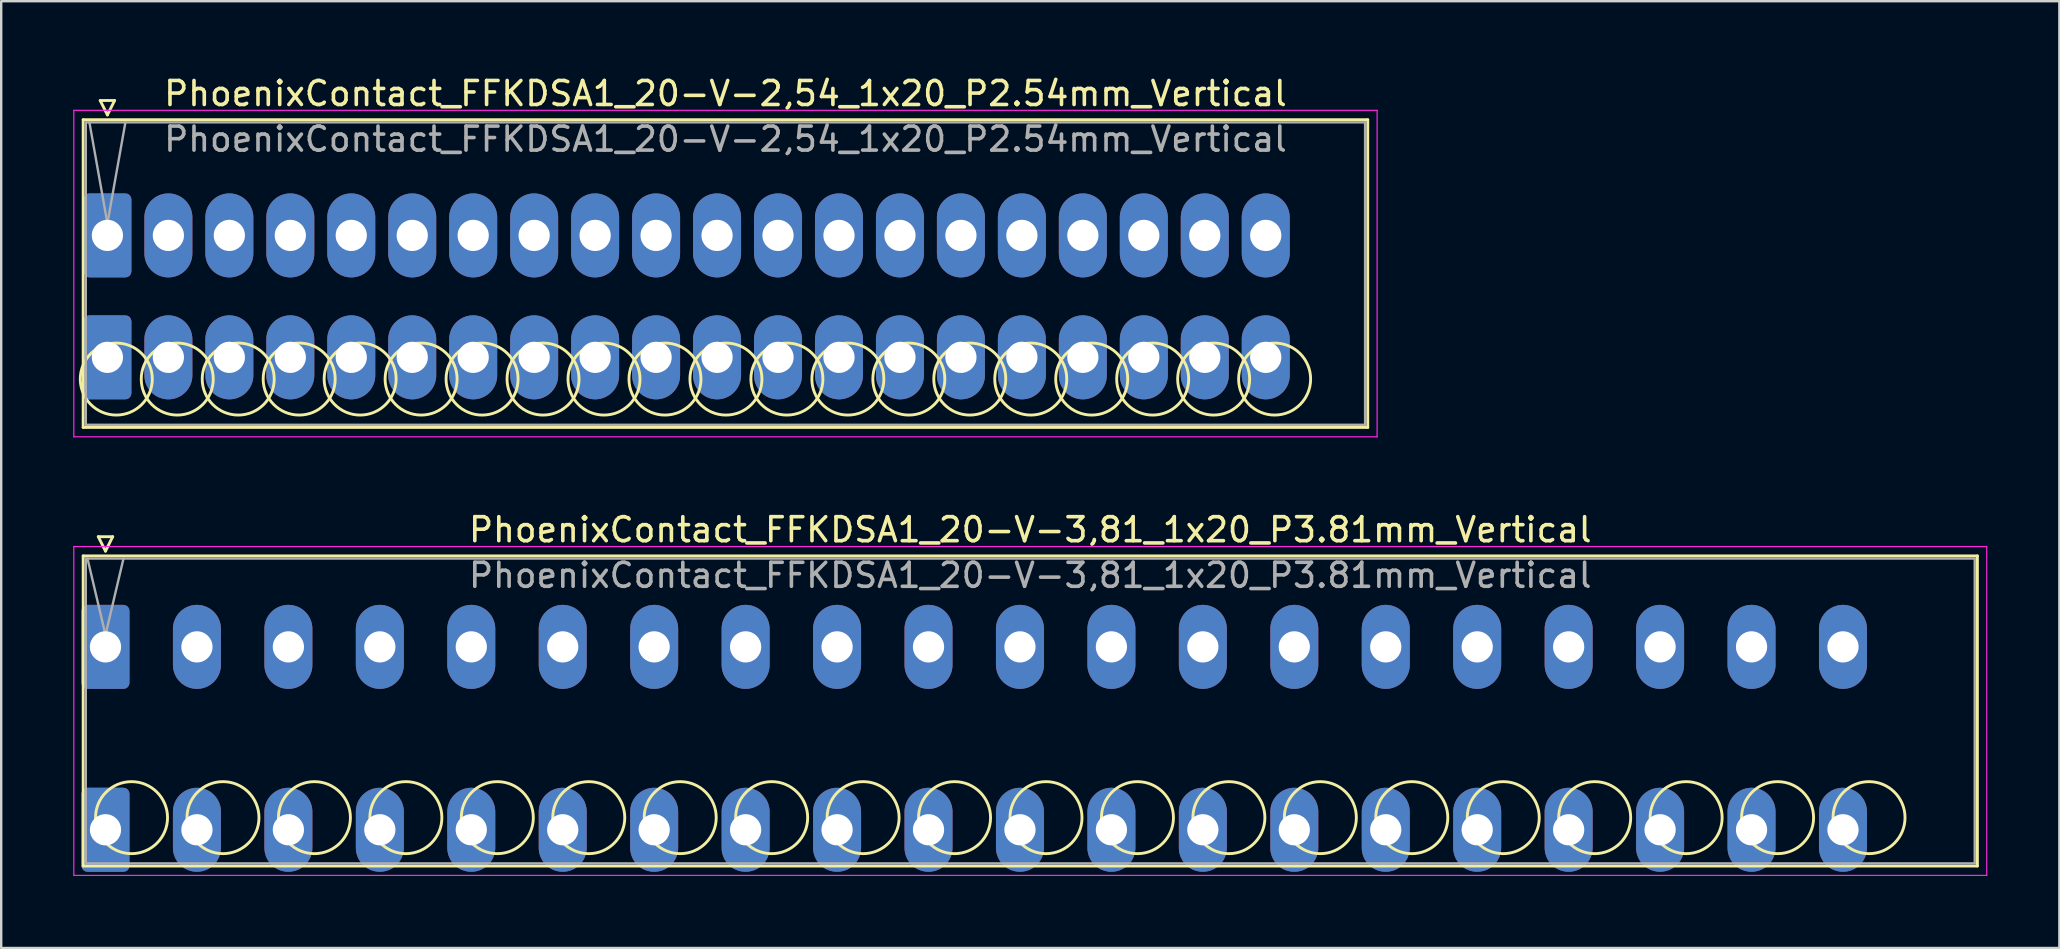
<source format=kicad_pcb>
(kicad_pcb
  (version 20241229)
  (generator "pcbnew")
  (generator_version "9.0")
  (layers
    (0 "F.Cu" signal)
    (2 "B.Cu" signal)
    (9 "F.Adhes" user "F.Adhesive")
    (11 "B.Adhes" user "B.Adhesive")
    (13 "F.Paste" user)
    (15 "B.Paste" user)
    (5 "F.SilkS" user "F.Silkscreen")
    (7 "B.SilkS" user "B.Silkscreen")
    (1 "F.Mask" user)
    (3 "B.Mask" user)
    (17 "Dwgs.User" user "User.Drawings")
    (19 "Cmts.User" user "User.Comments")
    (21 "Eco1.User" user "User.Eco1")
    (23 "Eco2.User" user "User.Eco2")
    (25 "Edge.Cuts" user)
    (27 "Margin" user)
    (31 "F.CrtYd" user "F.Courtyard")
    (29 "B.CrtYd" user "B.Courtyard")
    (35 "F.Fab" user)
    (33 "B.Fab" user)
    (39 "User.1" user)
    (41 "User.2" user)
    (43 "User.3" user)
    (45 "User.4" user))
  (footprint "PhoenixContact_FFKDSA1_20-V-2,54_1x20_P2.54mm_Vertical"
    (layer "F.Cu")
    (at 1.425 6.758)
    (property "Reference" "PhoenixContact_FFKDSA1_20-V-2,54_1x20_P2.54mm_Vertical" (at 25.75 -5.91 0) (layer "F.SilkS") (effects (font (size 1 1) (thickness 0.15))))
    (attr through_hole)
    (fp_line (start -1.01 -4.82) (end -1.01 8) (stroke (width 0.12) (type solid)) (layer "F.SilkS"))
    (fp_line (start -1.01 8) (end 52.51 8) (stroke (width 0.12) (type solid)) (layer "F.SilkS"))
    (fp_line (start -0.3 -5.62) (end 0.3 -5.62) (stroke (width 0.12) (type solid)) (layer "F.SilkS"))
    (fp_line (start 0 -5.02) (end -0.3 -5.62) (stroke (width 0.12) (type solid)) (layer "F.SilkS"))
    (fp_line (start 0.3 -5.62) (end 0 -5.02) (stroke (width 0.12) (type solid)) (layer "F.SilkS"))
    (fp_line (start 52.51 -4.82) (end -1.01 -4.82) (stroke (width 0.12) (type solid)) (layer "F.SilkS"))
    (fp_line (start 52.51 8) (end 52.51 -4.82) (stroke (width 0.12) (type solid)) (layer "F.SilkS"))
    (fp_circle (center 0.37 5.985) (end 1.87 5.985) (stroke (width 0.12) (type solid)) (fill no) (layer "F.SilkS"))
    (fp_circle (center 2.91 5.985) (end 4.41 5.985) (stroke (width 0.12) (type solid)) (fill no) (layer "F.SilkS"))
    (fp_circle (center 5.45 5.985) (end 6.95 5.985) (stroke (width 0.12) (type solid)) (fill no) (layer "F.SilkS"))
    (fp_circle (center 7.99 5.985) (end 9.49 5.985) (stroke (width 0.12) (type solid)) (fill no) (layer "F.SilkS"))
    (fp_circle (center 10.53 5.985) (end 12.03 5.985) (stroke (width 0.12) (type solid)) (fill no) (layer "F.SilkS"))
    (fp_circle (center 13.07 5.985) (end 14.57 5.985) (stroke (width 0.12) (type solid)) (fill no) (layer "F.SilkS"))
    (fp_circle (center 15.61 5.985) (end 17.11 5.985) (stroke (width 0.12) (type solid)) (fill no) (layer "F.SilkS"))
    (fp_circle (center 18.15 5.985) (end 19.65 5.985) (stroke (width 0.12) (type solid)) (fill no) (layer "F.SilkS"))
    (fp_circle (center 20.69 5.985) (end 22.19 5.985) (stroke (width 0.12) (type solid)) (fill no) (layer "F.SilkS"))
    (fp_circle (center 23.23 5.985) (end 24.73 5.985) (stroke (width 0.12) (type solid)) (fill no) (layer "F.SilkS"))
    (fp_circle (center 25.77 5.985) (end 27.27 5.985) (stroke (width 0.12) (type solid)) (fill no) (layer "F.SilkS"))
    (fp_circle (center 28.31 5.985) (end 29.81 5.985) (stroke (width 0.12) (type solid)) (fill no) (layer "F.SilkS"))
    (fp_circle (center 30.85 5.985) (end 32.35 5.985) (stroke (width 0.12) (type solid)) (fill no) (layer "F.SilkS"))
    (fp_circle (center 33.39 5.985) (end 34.89 5.985) (stroke (width 0.12) (type solid)) (fill no) (layer "F.SilkS"))
    (fp_circle (center 35.93 5.985) (end 37.43 5.985) (stroke (width 0.12) (type solid)) (fill no) (layer "F.SilkS"))
    (fp_circle (center 38.47 5.985) (end 39.97 5.985) (stroke (width 0.12) (type solid)) (fill no) (layer "F.SilkS"))
    (fp_circle (center 41.01 5.985) (end 42.51 5.985) (stroke (width 0.12) (type solid)) (fill no) (layer "F.SilkS"))
    (fp_circle (center 43.55 5.985) (end 45.05 5.985) (stroke (width 0.12) (type solid)) (fill no) (layer "F.SilkS"))
    (fp_circle (center 46.09 5.985) (end 47.59 5.985) (stroke (width 0.12) (type solid)) (fill no) (layer "F.SilkS"))
    (fp_circle (center 48.63 5.985) (end 50.13 5.985) (stroke (width 0.12) (type solid)) (fill no) (layer "F.SilkS"))
    (fp_line (start -1.4 -5.21) (end -1.4 8.39) (stroke (width 0.05) (type solid)) (layer "F.CrtYd"))
    (fp_line (start -1.4 8.39) (end 52.9 8.39) (stroke (width 0.05) (type solid)) (layer "F.CrtYd"))
    (fp_line (start 52.9 -5.21) (end -1.4 -5.21) (stroke (width 0.05) (type solid)) (layer "F.CrtYd"))
    (fp_line (start 52.9 8.39) (end 52.9 -5.21) (stroke (width 0.05) (type solid)) (layer "F.CrtYd"))
    (fp_line (start -0.9 -4.71) (end -0.9 7.89) (stroke (width 0.1) (type solid)) (layer "F.Fab"))
    (fp_line (start -0.9 7.89) (end 52.4 7.89) (stroke (width 0.1) (type solid)) (layer "F.Fab"))
    (fp_line (start 0 -0.5) (end -0.75 -4.71) (stroke (width 0.1) (type solid)) (layer "F.Fab"))
    (fp_line (start 0.75 -4.71) (end 0 -0.5) (stroke (width 0.1) (type solid)) (layer "F.Fab"))
    (fp_line (start 52.4 -4.71) (end -0.9 -4.71) (stroke (width 0.1) (type solid)) (layer "F.Fab"))
    (fp_line (start 52.4 7.89) (end 52.4 -4.71) (stroke (width 0.1) (type solid)) (layer "F.Fab"))
    (fp_text user "${REFERENCE}" (at 25.75 -4.01 0) (layer "F.Fab") (effects (font (size 1 1) (thickness 0.15))))
    (pad "1" thru_hole roundrect (at 0 0) (size 2 3.5) (drill 1.3) (layers "*.Cu" "*.Mask") (roundrect_rratio 0.125))
    (pad "1" thru_hole roundrect (at 0 5.08) (size 2 3.5) (drill 1.3) (layers "*.Cu" "*.Mask") (roundrect_rratio 0.125))
    (pad "2" thru_hole oval (at 2.54 0) (size 2 3.5) (drill 1.3) (layers "*.Cu" "*.Mask"))
    (pad "2" thru_hole oval (at 2.54 5.08) (size 2 3.5) (drill 1.3) (layers "*.Cu" "*.Mask"))
    (pad "3" thru_hole oval (at 5.08 0) (size 2 3.5) (drill 1.3) (layers "*.Cu" "*.Mask"))
    (pad "3" thru_hole oval (at 5.08 5.08) (size 2 3.5) (drill 1.3) (layers "*.Cu" "*.Mask"))
    (pad "4" thru_hole oval (at 7.62 0) (size 2 3.5) (drill 1.3) (layers "*.Cu" "*.Mask"))
    (pad "4" thru_hole oval (at 7.62 5.08) (size 2 3.5) (drill 1.3) (layers "*.Cu" "*.Mask"))
    (pad "5" thru_hole oval (at 10.16 0) (size 2 3.5) (drill 1.3) (layers "*.Cu" "*.Mask"))
    (pad "5" thru_hole oval (at 10.16 5.08) (size 2 3.5) (drill 1.3) (layers "*.Cu" "*.Mask"))
    (pad "6" thru_hole oval (at 12.7 0) (size 2 3.5) (drill 1.3) (layers "*.Cu" "*.Mask"))
    (pad "6" thru_hole oval (at 12.7 5.08) (size 2 3.5) (drill 1.3) (layers "*.Cu" "*.Mask"))
    (pad "7" thru_hole oval (at 15.24 0) (size 2 3.5) (drill 1.3) (layers "*.Cu" "*.Mask"))
    (pad "7" thru_hole oval (at 15.24 5.08) (size 2 3.5) (drill 1.3) (layers "*.Cu" "*.Mask"))
    (pad "8" thru_hole oval (at 17.78 0) (size 2 3.5) (drill 1.3) (layers "*.Cu" "*.Mask"))
    (pad "8" thru_hole oval (at 17.78 5.08) (size 2 3.5) (drill 1.3) (layers "*.Cu" "*.Mask"))
    (pad "9" thru_hole oval (at 20.32 0) (size 2 3.5) (drill 1.3) (layers "*.Cu" "*.Mask"))
    (pad "9" thru_hole oval (at 20.32 5.08) (size 2 3.5) (drill 1.3) (layers "*.Cu" "*.Mask"))
    (pad "10" thru_hole oval (at 22.86 0) (size 2 3.5) (drill 1.3) (layers "*.Cu" "*.Mask"))
    (pad "10" thru_hole oval (at 22.86 5.08) (size 2 3.5) (drill 1.3) (layers "*.Cu" "*.Mask"))
    (pad "11" thru_hole oval (at 25.4 0) (size 2 3.5) (drill 1.3) (layers "*.Cu" "*.Mask"))
    (pad "11" thru_hole oval (at 25.4 5.08) (size 2 3.5) (drill 1.3) (layers "*.Cu" "*.Mask"))
    (pad "12" thru_hole oval (at 27.94 0) (size 2 3.5) (drill 1.3) (layers "*.Cu" "*.Mask"))
    (pad "12" thru_hole oval (at 27.94 5.08) (size 2 3.5) (drill 1.3) (layers "*.Cu" "*.Mask"))
    (pad "13" thru_hole oval (at 30.48 0) (size 2 3.5) (drill 1.3) (layers "*.Cu" "*.Mask"))
    (pad "13" thru_hole oval (at 30.48 5.08) (size 2 3.5) (drill 1.3) (layers "*.Cu" "*.Mask"))
    (pad "14" thru_hole oval (at 33.02 0) (size 2 3.5) (drill 1.3) (layers "*.Cu" "*.Mask"))
    (pad "14" thru_hole oval (at 33.02 5.08) (size 2 3.5) (drill 1.3) (layers "*.Cu" "*.Mask"))
    (pad "15" thru_hole oval (at 35.56 0) (size 2 3.5) (drill 1.3) (layers "*.Cu" "*.Mask"))
    (pad "15" thru_hole oval (at 35.56 5.08) (size 2 3.5) (drill 1.3) (layers "*.Cu" "*.Mask"))
    (pad "16" thru_hole oval (at 38.1 0) (size 2 3.5) (drill 1.3) (layers "*.Cu" "*.Mask"))
    (pad "16" thru_hole oval (at 38.1 5.08) (size 2 3.5) (drill 1.3) (layers "*.Cu" "*.Mask"))
    (pad "17" thru_hole oval (at 40.64 0) (size 2 3.5) (drill 1.3) (layers "*.Cu" "*.Mask"))
    (pad "17" thru_hole oval (at 40.64 5.08) (size 2 3.5) (drill 1.3) (layers "*.Cu" "*.Mask"))
    (pad "18" thru_hole oval (at 43.18 0) (size 2 3.5) (drill 1.3) (layers "*.Cu" "*.Mask"))
    (pad "18" thru_hole oval (at 43.18 5.08) (size 2 3.5) (drill 1.3) (layers "*.Cu" "*.Mask"))
    (pad "19" thru_hole oval (at 45.72 0) (size 2 3.5) (drill 1.3) (layers "*.Cu" "*.Mask"))
    (pad "19" thru_hole oval (at 45.72 5.08) (size 2 3.5) (drill 1.3) (layers "*.Cu" "*.Mask"))
    (pad "20" thru_hole oval (at 48.26 0) (size 2 3.5) (drill 1.3) (layers "*.Cu" "*.Mask"))
    (pad "20" thru_hole oval (at 48.26 5.08) (size 2 3.5) (drill 1.3) (layers "*.Cu" "*.Mask")))
  (footprint "PhoenixContact_FFKDSA1_20-V-3,81_1x20_P3.81mm_Vertical"
    (layer "F.Cu")
    (at 1.345 23.901)
    (property "Reference" "PhoenixContact_FFKDSA1_20-V-3,81_1x20_P3.81mm_Vertical" (at 38.53 -4.88 0) (layer "F.SilkS") (effects (font (size 1 1) (thickness 0.15))))
    (attr through_hole)
    (fp_line (start -0.93 -3.79) (end -0.93 9.13) (stroke (width 0.12) (type solid)) (layer "F.SilkS"))
    (fp_line (start -0.93 9.13) (end 77.99 9.13) (stroke (width 0.12) (type solid)) (layer "F.SilkS"))
    (fp_line (start -0.3 -4.59) (end 0.3 -4.59) (stroke (width 0.12) (type solid)) (layer "F.SilkS"))
    (fp_line (start 0 -3.99) (end -0.3 -4.59) (stroke (width 0.12) (type solid)) (layer "F.SilkS"))
    (fp_line (start 0.3 -4.59) (end 0 -3.99) (stroke (width 0.12) (type solid)) (layer "F.SilkS"))
    (fp_line (start 77.99 -3.79) (end -0.93 -3.79) (stroke (width 0.12) (type solid)) (layer "F.SilkS"))
    (fp_line (start 77.99 9.13) (end 77.99 -3.79) (stroke (width 0.12) (type solid)) (layer "F.SilkS"))
    (fp_circle (center 1.085 7.115) (end 2.585 7.115) (stroke (width 0.12) (type solid)) (fill no) (layer "F.SilkS"))
    (fp_circle (center 4.895 7.115) (end 6.395 7.115) (stroke (width 0.12) (type solid)) (fill no) (layer "F.SilkS"))
    (fp_circle (center 8.705 7.115) (end 10.205 7.115) (stroke (width 0.12) (type solid)) (fill no) (layer "F.SilkS"))
    (fp_circle (center 12.515 7.115) (end 14.015 7.115) (stroke (width 0.12) (type solid)) (fill no) (layer "F.SilkS"))
    (fp_circle (center 16.325 7.115) (end 17.825 7.115) (stroke (width 0.12) (type solid)) (fill no) (layer "F.SilkS"))
    (fp_circle (center 20.135 7.115) (end 21.635 7.115) (stroke (width 0.12) (type solid)) (fill no) (layer "F.SilkS"))
    (fp_circle (center 23.945 7.115) (end 25.445 7.115) (stroke (width 0.12) (type solid)) (fill no) (layer "F.SilkS"))
    (fp_circle (center 27.755 7.115) (end 29.255 7.115) (stroke (width 0.12) (type solid)) (fill no) (layer "F.SilkS"))
    (fp_circle (center 31.565 7.115) (end 33.065 7.115) (stroke (width 0.12) (type solid)) (fill no) (layer "F.SilkS"))
    (fp_circle (center 35.375 7.115) (end 36.875 7.115) (stroke (width 0.12) (type solid)) (fill no) (layer "F.SilkS"))
    (fp_circle (center 39.185 7.115) (end 40.685 7.115) (stroke (width 0.12) (type solid)) (fill no) (layer "F.SilkS"))
    (fp_circle (center 42.995 7.115) (end 44.495 7.115) (stroke (width 0.12) (type solid)) (fill no) (layer "F.SilkS"))
    (fp_circle (center 46.805 7.115) (end 48.305 7.115) (stroke (width 0.12) (type solid)) (fill no) (layer "F.SilkS"))
    (fp_circle (center 50.615 7.115) (end 52.115 7.115) (stroke (width 0.12) (type solid)) (fill no) (layer "F.SilkS"))
    (fp_circle (center 54.425 7.115) (end 55.925 7.115) (stroke (width 0.12) (type solid)) (fill no) (layer "F.SilkS"))
    (fp_circle (center 58.235 7.115) (end 59.735 7.115) (stroke (width 0.12) (type solid)) (fill no) (layer "F.SilkS"))
    (fp_circle (center 62.045 7.115) (end 63.545 7.115) (stroke (width 0.12) (type solid)) (fill no) (layer "F.SilkS"))
    (fp_circle (center 65.855 7.115) (end 67.355 7.115) (stroke (width 0.12) (type solid)) (fill no) (layer "F.SilkS"))
    (fp_circle (center 69.665 7.115) (end 71.165 7.115) (stroke (width 0.12) (type solid)) (fill no) (layer "F.SilkS"))
    (fp_circle (center 73.475 7.115) (end 74.975 7.115) (stroke (width 0.12) (type solid)) (fill no) (layer "F.SilkS"))
    (fp_line (start -1.32 -4.18) (end -1.32 9.52) (stroke (width 0.05) (type solid)) (layer "F.CrtYd"))
    (fp_line (start -1.32 9.52) (end 78.38 9.52) (stroke (width 0.05) (type solid)) (layer "F.CrtYd"))
    (fp_line (start 78.38 -4.18) (end -1.32 -4.18) (stroke (width 0.05) (type solid)) (layer "F.CrtYd"))
    (fp_line (start 78.38 9.52) (end 78.38 -4.18) (stroke (width 0.05) (type solid)) (layer "F.CrtYd"))
    (fp_line (start -0.82 -3.68) (end -0.82 9.02) (stroke (width 0.1) (type solid)) (layer "F.Fab"))
    (fp_line (start -0.82 9.02) (end 77.88 9.02) (stroke (width 0.1) (type solid)) (layer "F.Fab"))
    (fp_line (start 0 -0.5) (end -0.75 -3.68) (stroke (width 0.1) (type solid)) (layer "F.Fab"))
    (fp_line (start 0.75 -3.68) (end 0 -0.5) (stroke (width 0.1) (type solid)) (layer "F.Fab"))
    (fp_line (start 77.88 -3.68) (end -0.82 -3.68) (stroke (width 0.1) (type solid)) (layer "F.Fab"))
    (fp_line (start 77.88 9.02) (end 77.88 -3.68) (stroke (width 0.1) (type solid)) (layer "F.Fab"))
    (fp_text user "${REFERENCE}" (at 38.53 -2.98 0) (layer "F.Fab") (effects (font (size 1 1) (thickness 0.15))))
    (pad "1" thru_hole roundrect (at 0 0) (size 2 3.5) (drill 1.3) (layers "*.Cu" "*.Mask") (roundrect_rratio 0.125))
    (pad "1" thru_hole roundrect (at 0 7.62) (size 2 3.5) (drill 1.3) (layers "*.Cu" "*.Mask") (roundrect_rratio 0.125))
    (pad "2" thru_hole oval (at 3.81 0) (size 2 3.5) (drill 1.3) (layers "*.Cu" "*.Mask"))
    (pad "2" thru_hole oval (at 3.81 7.62) (size 2 3.5) (drill 1.3) (layers "*.Cu" "*.Mask"))
    (pad "3" thru_hole oval (at 7.62 0) (size 2 3.5) (drill 1.3) (layers "*.Cu" "*.Mask"))
    (pad "3" thru_hole oval (at 7.62 7.62) (size 2 3.5) (drill 1.3) (layers "*.Cu" "*.Mask"))
    (pad "4" thru_hole oval (at 11.43 0) (size 2 3.5) (drill 1.3) (layers "*.Cu" "*.Mask"))
    (pad "4" thru_hole oval (at 11.43 7.62) (size 2 3.5) (drill 1.3) (layers "*.Cu" "*.Mask"))
    (pad "5" thru_hole oval (at 15.24 0) (size 2 3.5) (drill 1.3) (layers "*.Cu" "*.Mask"))
    (pad "5" thru_hole oval (at 15.24 7.62) (size 2 3.5) (drill 1.3) (layers "*.Cu" "*.Mask"))
    (pad "6" thru_hole oval (at 19.05 0) (size 2 3.5) (drill 1.3) (layers "*.Cu" "*.Mask"))
    (pad "6" thru_hole oval (at 19.05 7.62) (size 2 3.5) (drill 1.3) (layers "*.Cu" "*.Mask"))
    (pad "7" thru_hole oval (at 22.86 0) (size 2 3.5) (drill 1.3) (layers "*.Cu" "*.Mask"))
    (pad "7" thru_hole oval (at 22.86 7.62) (size 2 3.5) (drill 1.3) (layers "*.Cu" "*.Mask"))
    (pad "8" thru_hole oval (at 26.67 0) (size 2 3.5) (drill 1.3) (layers "*.Cu" "*.Mask"))
    (pad "8" thru_hole oval (at 26.67 7.62) (size 2 3.5) (drill 1.3) (layers "*.Cu" "*.Mask"))
    (pad "9" thru_hole oval (at 30.48 0) (size 2 3.5) (drill 1.3) (layers "*.Cu" "*.Mask"))
    (pad "9" thru_hole oval (at 30.48 7.62) (size 2 3.5) (drill 1.3) (layers "*.Cu" "*.Mask"))
    (pad "10" thru_hole oval (at 34.29 0) (size 2 3.5) (drill 1.3) (layers "*.Cu" "*.Mask"))
    (pad "10" thru_hole oval (at 34.29 7.62) (size 2 3.5) (drill 1.3) (layers "*.Cu" "*.Mask"))
    (pad "11" thru_hole oval (at 38.1 0) (size 2 3.5) (drill 1.3) (layers "*.Cu" "*.Mask"))
    (pad "11" thru_hole oval (at 38.1 7.62) (size 2 3.5) (drill 1.3) (layers "*.Cu" "*.Mask"))
    (pad "12" thru_hole oval (at 41.91 0) (size 2 3.5) (drill 1.3) (layers "*.Cu" "*.Mask"))
    (pad "12" thru_hole oval (at 41.91 7.62) (size 2 3.5) (drill 1.3) (layers "*.Cu" "*.Mask"))
    (pad "13" thru_hole oval (at 45.72 0) (size 2 3.5) (drill 1.3) (layers "*.Cu" "*.Mask"))
    (pad "13" thru_hole oval (at 45.72 7.62) (size 2 3.5) (drill 1.3) (layers "*.Cu" "*.Mask"))
    (pad "14" thru_hole oval (at 49.53 0) (size 2 3.5) (drill 1.3) (layers "*.Cu" "*.Mask"))
    (pad "14" thru_hole oval (at 49.53 7.62) (size 2 3.5) (drill 1.3) (layers "*.Cu" "*.Mask"))
    (pad "15" thru_hole oval (at 53.34 0) (size 2 3.5) (drill 1.3) (layers "*.Cu" "*.Mask"))
    (pad "15" thru_hole oval (at 53.34 7.62) (size 2 3.5) (drill 1.3) (layers "*.Cu" "*.Mask"))
    (pad "16" thru_hole oval (at 57.15 0) (size 2 3.5) (drill 1.3) (layers "*.Cu" "*.Mask"))
    (pad "16" thru_hole oval (at 57.15 7.62) (size 2 3.5) (drill 1.3) (layers "*.Cu" "*.Mask"))
    (pad "17" thru_hole oval (at 60.96 0) (size 2 3.5) (drill 1.3) (layers "*.Cu" "*.Mask"))
    (pad "17" thru_hole oval (at 60.96 7.62) (size 2 3.5) (drill 1.3) (layers "*.Cu" "*.Mask"))
    (pad "18" thru_hole oval (at 64.77 0) (size 2 3.5) (drill 1.3) (layers "*.Cu" "*.Mask"))
    (pad "18" thru_hole oval (at 64.77 7.62) (size 2 3.5) (drill 1.3) (layers "*.Cu" "*.Mask"))
    (pad "19" thru_hole oval (at 68.58 0) (size 2 3.5) (drill 1.3) (layers "*.Cu" "*.Mask"))
    (pad "19" thru_hole oval (at 68.58 7.62) (size 2 3.5) (drill 1.3) (layers "*.Cu" "*.Mask"))
    (pad "20" thru_hole oval (at 72.39 0) (size 2 3.5) (drill 1.3) (layers "*.Cu" "*.Mask"))
    (pad "20" thru_hole oval (at 72.39 7.62) (size 2 3.5) (drill 1.3) (layers "*.Cu" "*.Mask")))
  (gr_rect
    (start -3 -3)
    (end 82.75 36.447)
    (stroke (width 0.1) (type default))
    (fill no)
    (layer "Edge.Cuts")))
</source>
